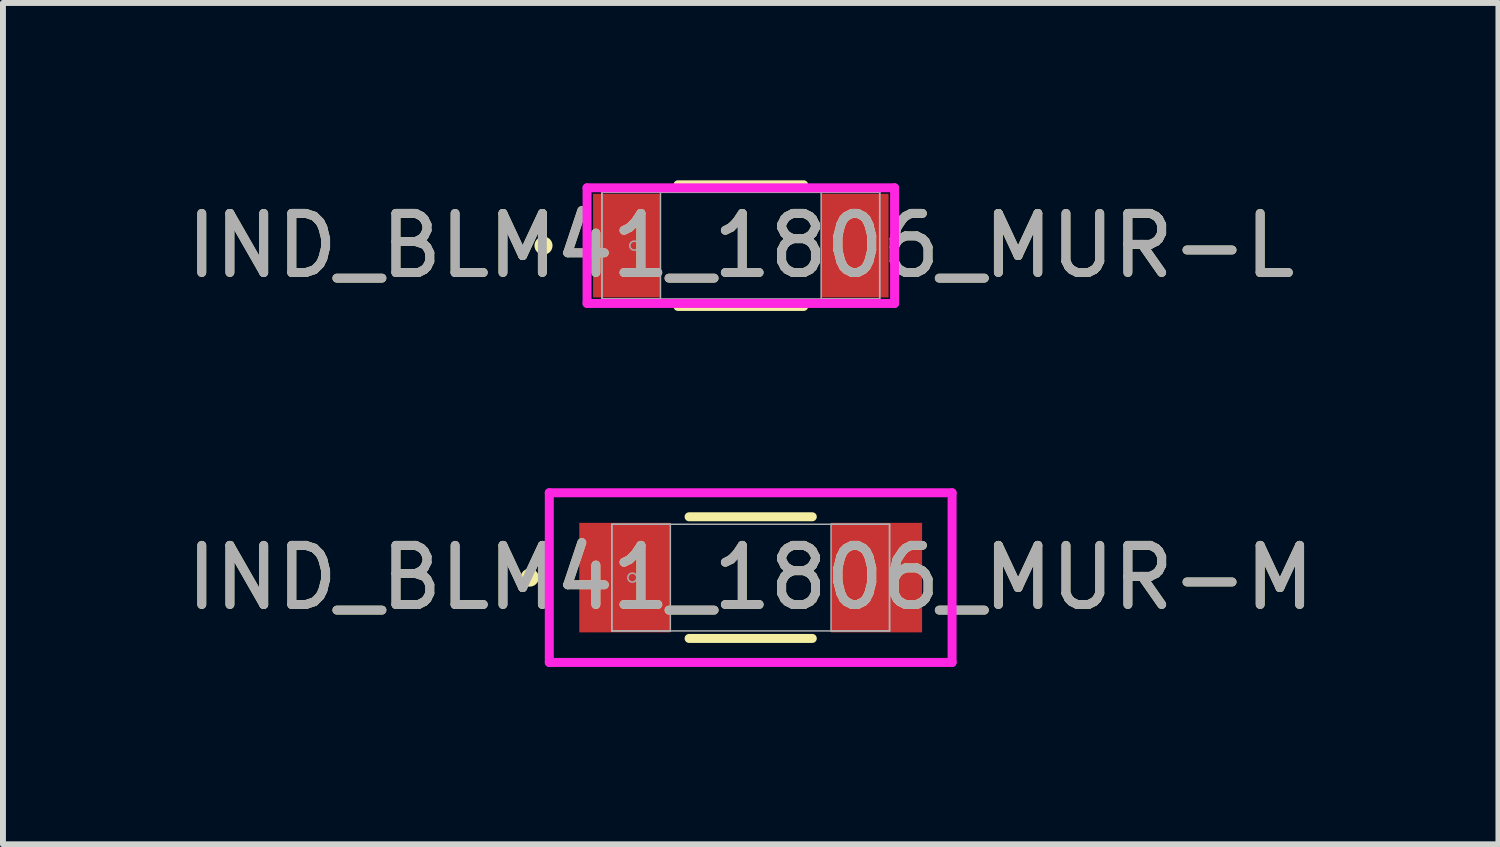
<source format=kicad_pcb>
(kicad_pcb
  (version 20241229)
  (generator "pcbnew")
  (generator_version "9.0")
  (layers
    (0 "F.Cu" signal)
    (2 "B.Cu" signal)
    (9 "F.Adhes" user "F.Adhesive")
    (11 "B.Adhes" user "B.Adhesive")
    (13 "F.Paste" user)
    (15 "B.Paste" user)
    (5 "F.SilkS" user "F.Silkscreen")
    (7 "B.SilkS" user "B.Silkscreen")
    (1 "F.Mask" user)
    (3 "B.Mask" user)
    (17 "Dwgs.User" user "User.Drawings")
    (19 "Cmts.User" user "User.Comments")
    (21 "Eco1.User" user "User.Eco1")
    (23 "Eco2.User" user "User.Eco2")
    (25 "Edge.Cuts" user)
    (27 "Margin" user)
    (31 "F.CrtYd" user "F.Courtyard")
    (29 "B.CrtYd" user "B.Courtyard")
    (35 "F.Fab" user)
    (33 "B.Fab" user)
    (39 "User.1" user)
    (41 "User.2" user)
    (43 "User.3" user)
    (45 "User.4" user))
  (footprint "IND_BLM41_1806_MUR-L"
    (layer "F.Cu")
    (at 9.482 1.105)
    (property "Reference" "IND_BLM41_1806_MUR-L" (at 0 0 0) (unlocked yes) (layer "F.SilkS") (effects (font (size 1 1) (thickness 0.15))))
    (attr smd)
    (fp_line (start -1.063 1.029) (end 1.063 1.029) (stroke (width 0.152) (type solid)) (layer "F.SilkS"))
    (fp_line (start 1.063 -1.029) (end -1.063 -1.029) (stroke (width 0.152) (type solid)) (layer "F.SilkS"))
    (fp_circle (center -3.338 0) (end -3.261 0) (stroke (width 0.152) (type solid)) (fill no) (layer "F.SilkS"))
    (fp_line (start -2.601 -0.978) (end 2.601 -0.978) (stroke (width 0.152) (type solid)) (layer "F.CrtYd"))
    (fp_line (start -2.601 0.978) (end -2.601 -0.978) (stroke (width 0.152) (type solid)) (layer "F.CrtYd"))
    (fp_line (start 2.601 -0.978) (end 2.601 0.978) (stroke (width 0.152) (type solid)) (layer "F.CrtYd"))
    (fp_line (start 2.601 0.978) (end -2.601 0.978) (stroke (width 0.152) (type solid)) (layer "F.CrtYd"))
    (fp_line (start -2.349 -0.902) (end -2.349 0.902) (stroke (width 0.025) (type solid)) (layer "F.Fab"))
    (fp_line (start -2.349 -0.902) (end -2.349 0.902) (stroke (width 0.025) (type solid)) (layer "F.Fab"))
    (fp_line (start -2.349 0.902) (end -1.359 0.902) (stroke (width 0.025) (type solid)) (layer "F.Fab"))
    (fp_line (start -2.349 0.902) (end 2.349 0.902) (stroke (width 0.025) (type solid)) (layer "F.Fab"))
    (fp_line (start -1.359 -0.902) (end -2.349 -0.902) (stroke (width 0.025) (type solid)) (layer "F.Fab"))
    (fp_line (start -1.359 0.902) (end -1.359 -0.902) (stroke (width 0.025) (type solid)) (layer "F.Fab"))
    (fp_line (start 1.359 -0.902) (end 1.359 0.902) (stroke (width 0.025) (type solid)) (layer "F.Fab"))
    (fp_line (start 1.359 0.902) (end 2.349 0.902) (stroke (width 0.025) (type solid)) (layer "F.Fab"))
    (fp_line (start 2.349 -0.902) (end -2.349 -0.902) (stroke (width 0.025) (type solid)) (layer "F.Fab"))
    (fp_line (start 2.349 -0.902) (end 1.359 -0.902) (stroke (width 0.025) (type solid)) (layer "F.Fab"))
    (fp_line (start 2.349 0.902) (end 2.349 -0.902) (stroke (width 0.025) (type solid)) (layer "F.Fab"))
    (fp_line (start 2.349 0.902) (end 2.349 -0.902) (stroke (width 0.025) (type solid)) (layer "F.Fab"))
    (fp_circle (center -1.802 0) (end -1.726 0) (stroke (width 0.025) (type solid)) (fill no) (layer "F.Fab"))
    (fp_text user "${REFERENCE}" (at 0 0 0) (unlocked yes) (layer "F.Fab") (effects (font (size 1 1) (thickness 0.15))))
    (pad "1" smd rect (at -1.929 0) (size 1.141 1.753) (layers "F.Cu" "F.Mask" "F.Paste"))
    (pad "2" smd rect (at 1.929 0) (size 1.141 1.753) (layers "F.Cu" "F.Mask" "F.Paste"))
    (zone (net_name "") (layer "F.Cu") (hatch full 0.508) (connect_pads) (min_thickness 0.254) (filled_areas_thickness no) (keepout (tracks not_allowed) (vias not_allowed) (pads allowed) (copperpour not_allowed) (footprints allowed)) (placement (enabled no)) (fill) (polygon (pts (xy 8.174 0.254) (xy 10.79 0.254) (xy 10.79 1.956) (xy 8.174 1.956)))))
  (footprint "IND_BLM41_1806_MUR-M"
    (layer "F.Cu")
    (at 9.649 6.721)
    (property "Reference" "IND_BLM41_1806_MUR-M" (at 0 0 0) (unlocked yes) (layer "F.SilkS") (effects (font (size 1 1) (thickness 0.15))))
    (attr smd)
    (fp_line (start -1.042 1.029) (end 1.042 1.029) (stroke (width 0.152) (type solid)) (layer "F.SilkS"))
    (fp_line (start 1.042 -1.029) (end -1.042 -1.029) (stroke (width 0.152) (type solid)) (layer "F.SilkS"))
    (fp_circle (center -3.738 0) (end -3.661 0) (stroke (width 0.152) (type solid)) (fill no) (layer "F.SilkS"))
    (fp_line (start -3.407 -1.435) (end 3.407 -1.435) (stroke (width 0.152) (type solid)) (layer "F.CrtYd"))
    (fp_line (start -3.407 1.435) (end -3.407 -1.435) (stroke (width 0.152) (type solid)) (layer "F.CrtYd"))
    (fp_line (start 3.407 -1.435) (end 3.407 1.435) (stroke (width 0.152) (type solid)) (layer "F.CrtYd"))
    (fp_line (start 3.407 1.435) (end -3.407 1.435) (stroke (width 0.152) (type solid)) (layer "F.CrtYd"))
    (fp_line (start -2.349 -0.902) (end -2.349 0.902) (stroke (width 0.025) (type solid)) (layer "F.Fab"))
    (fp_line (start -2.349 -0.902) (end -2.349 0.902) (stroke (width 0.025) (type solid)) (layer "F.Fab"))
    (fp_line (start -2.349 0.902) (end -1.359 0.902) (stroke (width 0.025) (type solid)) (layer "F.Fab"))
    (fp_line (start -2.349 0.902) (end 2.349 0.902) (stroke (width 0.025) (type solid)) (layer "F.Fab"))
    (fp_line (start -1.359 -0.902) (end -2.349 -0.902) (stroke (width 0.025) (type solid)) (layer "F.Fab"))
    (fp_line (start -1.359 0.902) (end -1.359 -0.902) (stroke (width 0.025) (type solid)) (layer "F.Fab"))
    (fp_line (start 1.359 -0.902) (end 1.359 0.902) (stroke (width 0.025) (type solid)) (layer "F.Fab"))
    (fp_line (start 1.359 0.902) (end 2.349 0.902) (stroke (width 0.025) (type solid)) (layer "F.Fab"))
    (fp_line (start 2.349 -0.902) (end -2.349 -0.902) (stroke (width 0.025) (type solid)) (layer "F.Fab"))
    (fp_line (start 2.349 -0.902) (end 1.359 -0.902) (stroke (width 0.025) (type solid)) (layer "F.Fab"))
    (fp_line (start 2.349 0.902) (end 2.349 -0.902) (stroke (width 0.025) (type solid)) (layer "F.Fab"))
    (fp_line (start 2.349 0.902) (end 2.349 -0.902) (stroke (width 0.025) (type solid)) (layer "F.Fab"))
    (fp_circle (center -2.002 0) (end -1.926 0) (stroke (width 0.025) (type solid)) (fill no) (layer "F.Fab"))
    (fp_text user "${REFERENCE}" (at 0 0 0) (unlocked yes) (layer "F.Fab") (effects (font (size 1 1) (thickness 0.15))))
    (pad "1" smd rect (at -2.129 0) (size 1.541 1.853) (layers "F.Cu" "F.Mask" "F.Paste"))
    (pad "2" smd rect (at 2.129 0) (size 1.541 1.853) (layers "F.Cu" "F.Mask" "F.Paste"))
    (zone (net_name "") (layer "F.Cu") (hatch full 0.508) (connect_pads) (min_thickness 0.254) (filled_areas_thickness no) (keepout (tracks not_allowed) (vias not_allowed) (pads allowed) (copperpour not_allowed) (footprints allowed)) (placement (enabled no)) (fill) (polygon (pts (xy 8.341 5.87) (xy 10.957 5.87) (xy 10.957 7.572) (xy 8.341 7.572)))))
  (gr_rect
    (start -3 -3)
    (end 22.298 11.232)
    (stroke (width 0.1) (type default))
    (fill no)
    (layer "Edge.Cuts")))
</source>
